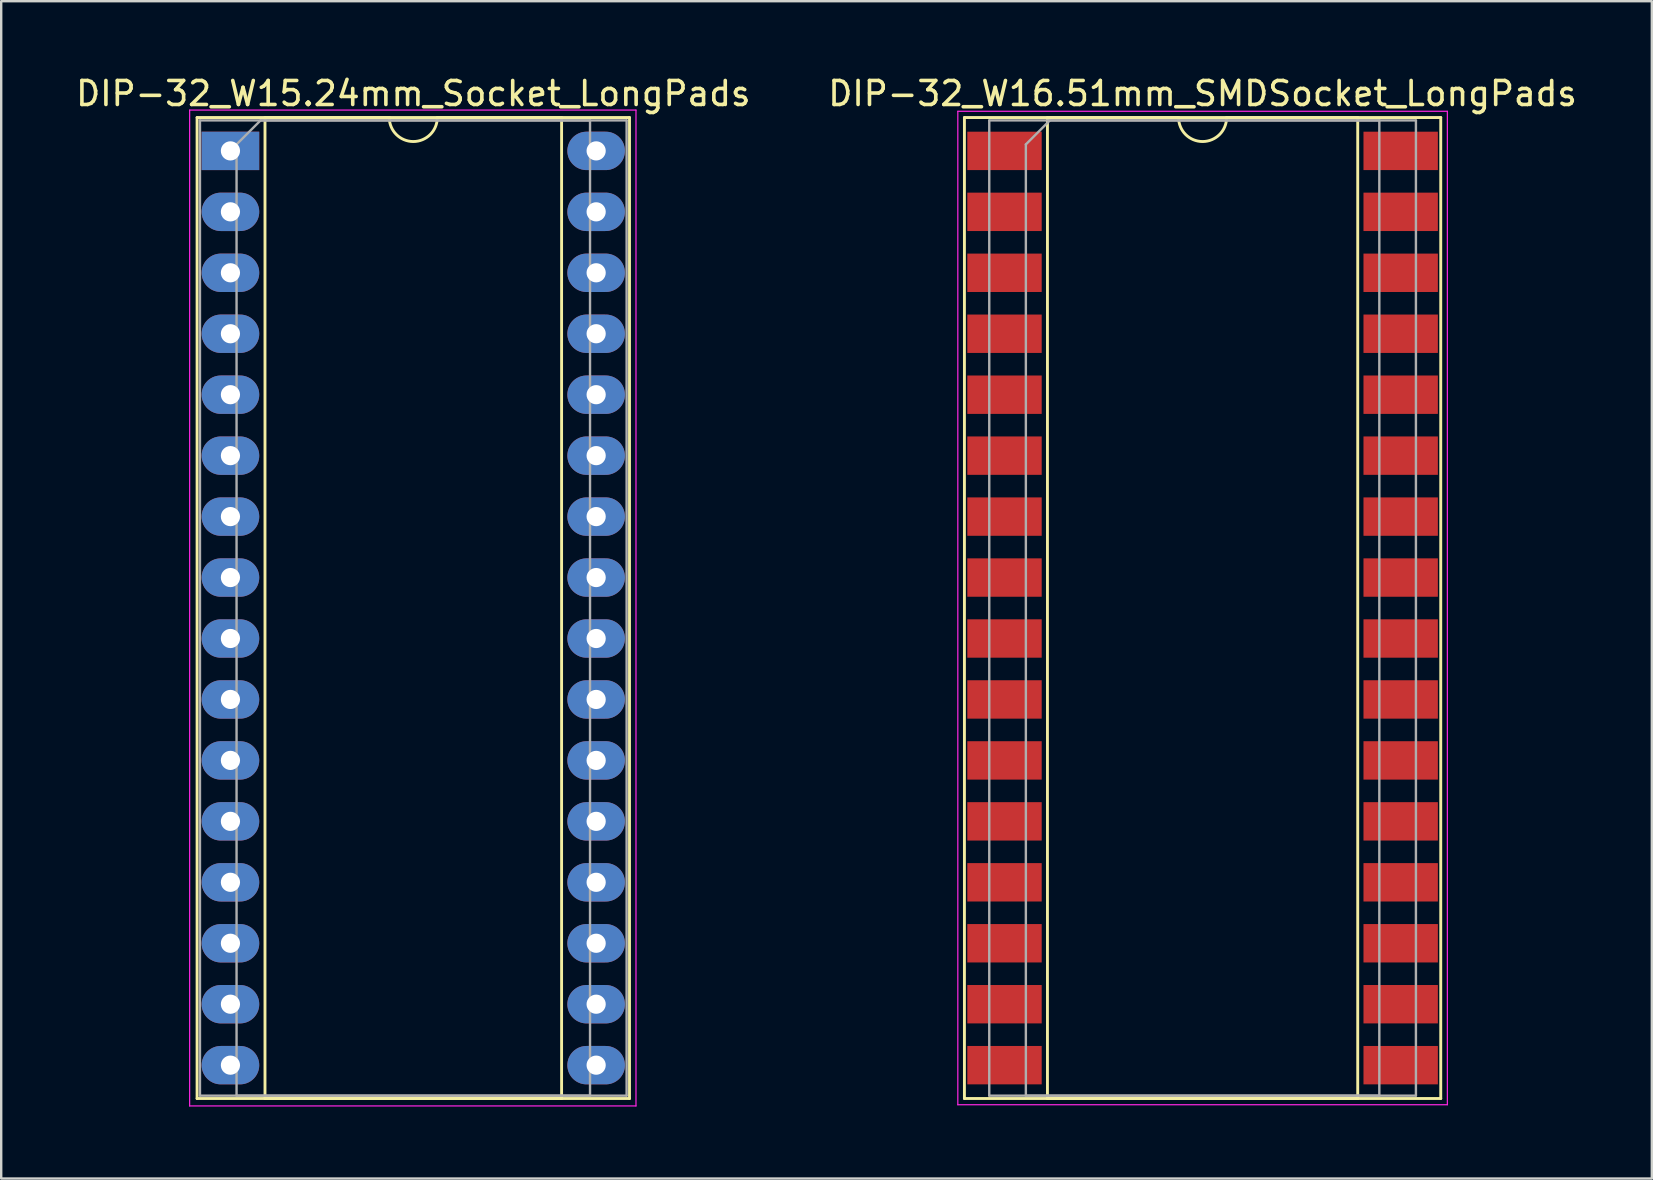
<source format=kicad_pcb>
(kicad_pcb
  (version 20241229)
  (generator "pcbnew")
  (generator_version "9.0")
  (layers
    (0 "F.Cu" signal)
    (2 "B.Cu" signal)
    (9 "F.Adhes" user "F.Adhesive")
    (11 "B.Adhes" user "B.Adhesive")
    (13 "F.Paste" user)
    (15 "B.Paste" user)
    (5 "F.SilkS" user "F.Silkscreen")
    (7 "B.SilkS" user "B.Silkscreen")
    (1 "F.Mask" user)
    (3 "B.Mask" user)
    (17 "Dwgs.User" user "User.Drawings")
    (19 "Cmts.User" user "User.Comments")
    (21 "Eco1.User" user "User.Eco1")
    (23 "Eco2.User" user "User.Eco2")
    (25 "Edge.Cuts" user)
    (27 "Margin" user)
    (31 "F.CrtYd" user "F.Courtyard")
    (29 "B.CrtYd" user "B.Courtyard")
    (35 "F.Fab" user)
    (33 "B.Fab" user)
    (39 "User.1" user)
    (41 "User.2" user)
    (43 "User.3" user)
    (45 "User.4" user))
  (footprint "DIP-32_W15.24mm_Socket_LongPads"
    (layer "F.Cu")
    (at 6.553 3.238)
    (property "Reference" "DIP-32_W15.24mm_Socket_LongPads" (at 7.62 -2.39 0) (layer "F.SilkS") (effects (font (size 1 1) (thickness 0.15))))
    (attr through_hole)
    (fp_line (start -1.39 -1.39) (end -1.39 39.49) (stroke (width 0.12) (type solid)) (layer "F.SilkS"))
    (fp_line (start -1.39 39.49) (end 16.63 39.49) (stroke (width 0.12) (type solid)) (layer "F.SilkS"))
    (fp_line (start 1.44 -1.39) (end 1.44 39.49) (stroke (width 0.12) (type solid)) (layer "F.SilkS"))
    (fp_line (start 1.44 39.49) (end 13.8 39.49) (stroke (width 0.12) (type solid)) (layer "F.SilkS"))
    (fp_line (start 6.62 -1.39) (end 1.44 -1.39) (stroke (width 0.12) (type solid)) (layer "F.SilkS"))
    (fp_line (start 13.8 -1.39) (end 8.62 -1.39) (stroke (width 0.12) (type solid)) (layer "F.SilkS"))
    (fp_line (start 13.8 39.49) (end 13.8 -1.39) (stroke (width 0.12) (type solid)) (layer "F.SilkS"))
    (fp_line (start 16.63 -1.39) (end -1.39 -1.39) (stroke (width 0.12) (type solid)) (layer "F.SilkS"))
    (fp_line (start 16.63 39.49) (end 16.63 -1.39) (stroke (width 0.12) (type solid)) (layer "F.SilkS"))
    (fp_arc (start 8.62 -1.39) (mid 7.62 -0.39) (end 6.62 -1.39) (stroke (width 0.12) (type solid)) (layer "F.SilkS"))
    (fp_line (start -1.7 -1.7) (end -1.7 39.8) (stroke (width 0.05) (type solid)) (layer "F.CrtYd"))
    (fp_line (start -1.7 39.8) (end 16.9 39.8) (stroke (width 0.05) (type solid)) (layer "F.CrtYd"))
    (fp_line (start 16.9 -1.7) (end -1.7 -1.7) (stroke (width 0.05) (type solid)) (layer "F.CrtYd"))
    (fp_line (start 16.9 39.8) (end 16.9 -1.7) (stroke (width 0.05) (type solid)) (layer "F.CrtYd"))
    (fp_line (start -1.27 -1.27) (end -1.27 39.37) (stroke (width 0.1) (type solid)) (layer "F.Fab"))
    (fp_line (start -1.27 39.37) (end 16.51 39.37) (stroke (width 0.1) (type solid)) (layer "F.Fab"))
    (fp_line (start 0.255 -0.27) (end 1.255 -1.27) (stroke (width 0.1) (type solid)) (layer "F.Fab"))
    (fp_line (start 0.255 39.37) (end 0.255 -0.27) (stroke (width 0.1) (type solid)) (layer "F.Fab"))
    (fp_line (start 1.255 -1.27) (end 14.985 -1.27) (stroke (width 0.1) (type solid)) (layer "F.Fab"))
    (fp_line (start 14.985 -1.27) (end 14.985 39.37) (stroke (width 0.1) (type solid)) (layer "F.Fab"))
    (fp_line (start 14.985 39.37) (end 0.255 39.37) (stroke (width 0.1) (type solid)) (layer "F.Fab"))
    (fp_line (start 16.51 -1.27) (end -1.27 -1.27) (stroke (width 0.1) (type solid)) (layer "F.Fab"))
    (fp_line (start 16.51 39.37) (end 16.51 -1.27) (stroke (width 0.1) (type solid)) (layer "F.Fab"))
    (pad "1" thru_hole rect (at 0 0) (size 2.4 1.6) (drill 0.8) (layers "*.Cu" "*.Mask"))
    (pad "2" thru_hole oval (at 0 2.54) (size 2.4 1.6) (drill 0.8) (layers "*.Cu" "*.Mask"))
    (pad "3" thru_hole oval (at 0 5.08) (size 2.4 1.6) (drill 0.8) (layers "*.Cu" "*.Mask"))
    (pad "4" thru_hole oval (at 0 7.62) (size 2.4 1.6) (drill 0.8) (layers "*.Cu" "*.Mask"))
    (pad "5" thru_hole oval (at 0 10.16) (size 2.4 1.6) (drill 0.8) (layers "*.Cu" "*.Mask"))
    (pad "6" thru_hole oval (at 0 12.7) (size 2.4 1.6) (drill 0.8) (layers "*.Cu" "*.Mask"))
    (pad "7" thru_hole oval (at 0 15.24) (size 2.4 1.6) (drill 0.8) (layers "*.Cu" "*.Mask"))
    (pad "8" thru_hole oval (at 0 17.78) (size 2.4 1.6) (drill 0.8) (layers "*.Cu" "*.Mask"))
    (pad "9" thru_hole oval (at 0 20.32) (size 2.4 1.6) (drill 0.8) (layers "*.Cu" "*.Mask"))
    (pad "10" thru_hole oval (at 0 22.86) (size 2.4 1.6) (drill 0.8) (layers "*.Cu" "*.Mask"))
    (pad "11" thru_hole oval (at 0 25.4) (size 2.4 1.6) (drill 0.8) (layers "*.Cu" "*.Mask"))
    (pad "12" thru_hole oval (at 0 27.94) (size 2.4 1.6) (drill 0.8) (layers "*.Cu" "*.Mask"))
    (pad "13" thru_hole oval (at 0 30.48) (size 2.4 1.6) (drill 0.8) (layers "*.Cu" "*.Mask"))
    (pad "14" thru_hole oval (at 0 33.02) (size 2.4 1.6) (drill 0.8) (layers "*.Cu" "*.Mask"))
    (pad "15" thru_hole oval (at 0 35.56) (size 2.4 1.6) (drill 0.8) (layers "*.Cu" "*.Mask"))
    (pad "16" thru_hole oval (at 0 38.1) (size 2.4 1.6) (drill 0.8) (layers "*.Cu" "*.Mask"))
    (pad "17" thru_hole oval (at 15.24 38.1) (size 2.4 1.6) (drill 0.8) (layers "*.Cu" "*.Mask"))
    (pad "18" thru_hole oval (at 15.24 35.56) (size 2.4 1.6) (drill 0.8) (layers "*.Cu" "*.Mask"))
    (pad "19" thru_hole oval (at 15.24 33.02) (size 2.4 1.6) (drill 0.8) (layers "*.Cu" "*.Mask"))
    (pad "20" thru_hole oval (at 15.24 30.48) (size 2.4 1.6) (drill 0.8) (layers "*.Cu" "*.Mask"))
    (pad "21" thru_hole oval (at 15.24 27.94) (size 2.4 1.6) (drill 0.8) (layers "*.Cu" "*.Mask"))
    (pad "22" thru_hole oval (at 15.24 25.4) (size 2.4 1.6) (drill 0.8) (layers "*.Cu" "*.Mask"))
    (pad "23" thru_hole oval (at 15.24 22.86) (size 2.4 1.6) (drill 0.8) (layers "*.Cu" "*.Mask"))
    (pad "24" thru_hole oval (at 15.24 20.32) (size 2.4 1.6) (drill 0.8) (layers "*.Cu" "*.Mask"))
    (pad "25" thru_hole oval (at 15.24 17.78) (size 2.4 1.6) (drill 0.8) (layers "*.Cu" "*.Mask"))
    (pad "26" thru_hole oval (at 15.24 15.24) (size 2.4 1.6) (drill 0.8) (layers "*.Cu" "*.Mask"))
    (pad "27" thru_hole oval (at 15.24 12.7) (size 2.4 1.6) (drill 0.8) (layers "*.Cu" "*.Mask"))
    (pad "28" thru_hole oval (at 15.24 10.16) (size 2.4 1.6) (drill 0.8) (layers "*.Cu" "*.Mask"))
    (pad "29" thru_hole oval (at 15.24 7.62) (size 2.4 1.6) (drill 0.8) (layers "*.Cu" "*.Mask"))
    (pad "30" thru_hole oval (at 15.24 5.08) (size 2.4 1.6) (drill 0.8) (layers "*.Cu" "*.Mask"))
    (pad "31" thru_hole oval (at 15.24 2.54) (size 2.4 1.6) (drill 0.8) (layers "*.Cu" "*.Mask"))
    (pad "32" thru_hole oval (at 15.24 0) (size 2.4 1.6) (drill 0.8) (layers "*.Cu" "*.Mask")))
  (footprint "DIP-32_W16.51mm_SMDSocket_LongPads"
    (layer "F.Cu")
    (at 47.065 22.288)
    (property "Reference" "DIP-32_W16.51mm_SMDSocket_LongPads" (at 0 -21.44 0) (layer "F.SilkS") (effects (font (size 1 1) (thickness 0.15))))
    (attr smd)
    (fp_line (start -9.925 -20.44) (end -9.925 20.44) (stroke (width 0.12) (type solid)) (layer "F.SilkS"))
    (fp_line (start -9.925 20.44) (end 9.925 20.44) (stroke (width 0.12) (type solid)) (layer "F.SilkS"))
    (fp_line (start -6.465 -20.44) (end -6.465 20.44) (stroke (width 0.12) (type solid)) (layer "F.SilkS"))
    (fp_line (start -6.465 20.44) (end 6.465 20.44) (stroke (width 0.12) (type solid)) (layer "F.SilkS"))
    (fp_line (start -1 -20.44) (end -6.465 -20.44) (stroke (width 0.12) (type solid)) (layer "F.SilkS"))
    (fp_line (start 6.465 -20.44) (end 1 -20.44) (stroke (width 0.12) (type solid)) (layer "F.SilkS"))
    (fp_line (start 6.465 20.44) (end 6.465 -20.44) (stroke (width 0.12) (type solid)) (layer "F.SilkS"))
    (fp_line (start 9.925 -20.44) (end -9.925 -20.44) (stroke (width 0.12) (type solid)) (layer "F.SilkS"))
    (fp_line (start 9.925 20.44) (end 9.925 -20.44) (stroke (width 0.12) (type solid)) (layer "F.SilkS"))
    (fp_arc (start 1 -20.44) (mid 0 -19.44) (end -1 -20.44) (stroke (width 0.12) (type solid)) (layer "F.SilkS"))
    (fp_line (start -10.2 -20.7) (end -10.2 20.7) (stroke (width 0.05) (type solid)) (layer "F.CrtYd"))
    (fp_line (start -10.2 20.7) (end 10.2 20.7) (stroke (width 0.05) (type solid)) (layer "F.CrtYd"))
    (fp_line (start 10.2 -20.7) (end -10.2 -20.7) (stroke (width 0.05) (type solid)) (layer "F.CrtYd"))
    (fp_line (start 10.2 20.7) (end 10.2 -20.7) (stroke (width 0.05) (type solid)) (layer "F.CrtYd"))
    (fp_line (start -8.89 -20.32) (end -8.89 20.32) (stroke (width 0.1) (type solid)) (layer "F.Fab"))
    (fp_line (start -8.89 20.32) (end 8.89 20.32) (stroke (width 0.1) (type solid)) (layer "F.Fab"))
    (fp_line (start -7.365 -19.32) (end -6.365 -20.32) (stroke (width 0.1) (type solid)) (layer "F.Fab"))
    (fp_line (start -7.365 20.32) (end -7.365 -19.32) (stroke (width 0.1) (type solid)) (layer "F.Fab"))
    (fp_line (start -6.365 -20.32) (end 7.365 -20.32) (stroke (width 0.1) (type solid)) (layer "F.Fab"))
    (fp_line (start 7.365 -20.32) (end 7.365 20.32) (stroke (width 0.1) (type solid)) (layer "F.Fab"))
    (fp_line (start 7.365 20.32) (end -7.365 20.32) (stroke (width 0.1) (type solid)) (layer "F.Fab"))
    (fp_line (start 8.89 -20.32) (end -8.89 -20.32) (stroke (width 0.1) (type solid)) (layer "F.Fab"))
    (fp_line (start 8.89 20.32) (end 8.89 -20.32) (stroke (width 0.1) (type solid)) (layer "F.Fab"))
    (pad "1" smd rect (at -8.255 -19.05) (size 3.1 1.6) (layers "F.Cu" "F.Mask"))
    (pad "2" smd rect (at -8.255 -16.51) (size 3.1 1.6) (layers "F.Cu" "F.Mask"))
    (pad "3" smd rect (at -8.255 -13.97) (size 3.1 1.6) (layers "F.Cu" "F.Mask"))
    (pad "4" smd rect (at -8.255 -11.43) (size 3.1 1.6) (layers "F.Cu" "F.Mask"))
    (pad "5" smd rect (at -8.255 -8.89) (size 3.1 1.6) (layers "F.Cu" "F.Mask"))
    (pad "6" smd rect (at -8.255 -6.35) (size 3.1 1.6) (layers "F.Cu" "F.Mask"))
    (pad "7" smd rect (at -8.255 -3.81) (size 3.1 1.6) (layers "F.Cu" "F.Mask"))
    (pad "8" smd rect (at -8.255 -1.27) (size 3.1 1.6) (layers "F.Cu" "F.Mask"))
    (pad "9" smd rect (at -8.255 1.27) (size 3.1 1.6) (layers "F.Cu" "F.Mask"))
    (pad "10" smd rect (at -8.255 3.81) (size 3.1 1.6) (layers "F.Cu" "F.Mask"))
    (pad "11" smd rect (at -8.255 6.35) (size 3.1 1.6) (layers "F.Cu" "F.Mask"))
    (pad "12" smd rect (at -8.255 8.89) (size 3.1 1.6) (layers "F.Cu" "F.Mask"))
    (pad "13" smd rect (at -8.255 11.43) (size 3.1 1.6) (layers "F.Cu" "F.Mask"))
    (pad "14" smd rect (at -8.255 13.97) (size 3.1 1.6) (layers "F.Cu" "F.Mask"))
    (pad "15" smd rect (at -8.255 16.51) (size 3.1 1.6) (layers "F.Cu" "F.Mask"))
    (pad "16" smd rect (at -8.255 19.05) (size 3.1 1.6) (layers "F.Cu" "F.Mask"))
    (pad "17" smd rect (at 8.255 19.05) (size 3.1 1.6) (layers "F.Cu" "F.Mask"))
    (pad "18" smd rect (at 8.255 16.51) (size 3.1 1.6) (layers "F.Cu" "F.Mask"))
    (pad "19" smd rect (at 8.255 13.97) (size 3.1 1.6) (layers "F.Cu" "F.Mask"))
    (pad "20" smd rect (at 8.255 11.43) (size 3.1 1.6) (layers "F.Cu" "F.Mask"))
    (pad "21" smd rect (at 8.255 8.89) (size 3.1 1.6) (layers "F.Cu" "F.Mask"))
    (pad "22" smd rect (at 8.255 6.35) (size 3.1 1.6) (layers "F.Cu" "F.Mask"))
    (pad "23" smd rect (at 8.255 3.81) (size 3.1 1.6) (layers "F.Cu" "F.Mask"))
    (pad "24" smd rect (at 8.255 1.27) (size 3.1 1.6) (layers "F.Cu" "F.Mask"))
    (pad "25" smd rect (at 8.255 -1.27) (size 3.1 1.6) (layers "F.Cu" "F.Mask"))
    (pad "26" smd rect (at 8.255 -3.81) (size 3.1 1.6) (layers "F.Cu" "F.Mask"))
    (pad "27" smd rect (at 8.255 -6.35) (size 3.1 1.6) (layers "F.Cu" "F.Mask"))
    (pad "28" smd rect (at 8.255 -8.89) (size 3.1 1.6) (layers "F.Cu" "F.Mask"))
    (pad "29" smd rect (at 8.255 -11.43) (size 3.1 1.6) (layers "F.Cu" "F.Mask"))
    (pad "30" smd rect (at 8.255 -13.97) (size 3.1 1.6) (layers "F.Cu" "F.Mask"))
    (pad "31" smd rect (at 8.255 -16.51) (size 3.1 1.6) (layers "F.Cu" "F.Mask"))
    (pad "32" smd rect (at 8.255 -19.05) (size 3.1 1.6) (layers "F.Cu" "F.Mask")))
  (gr_rect
    (start -3 -3)
    (end 65.786 46.063)
    (stroke (width 0.1) (type default))
    (fill no)
    (layer "Edge.Cuts")))
</source>
